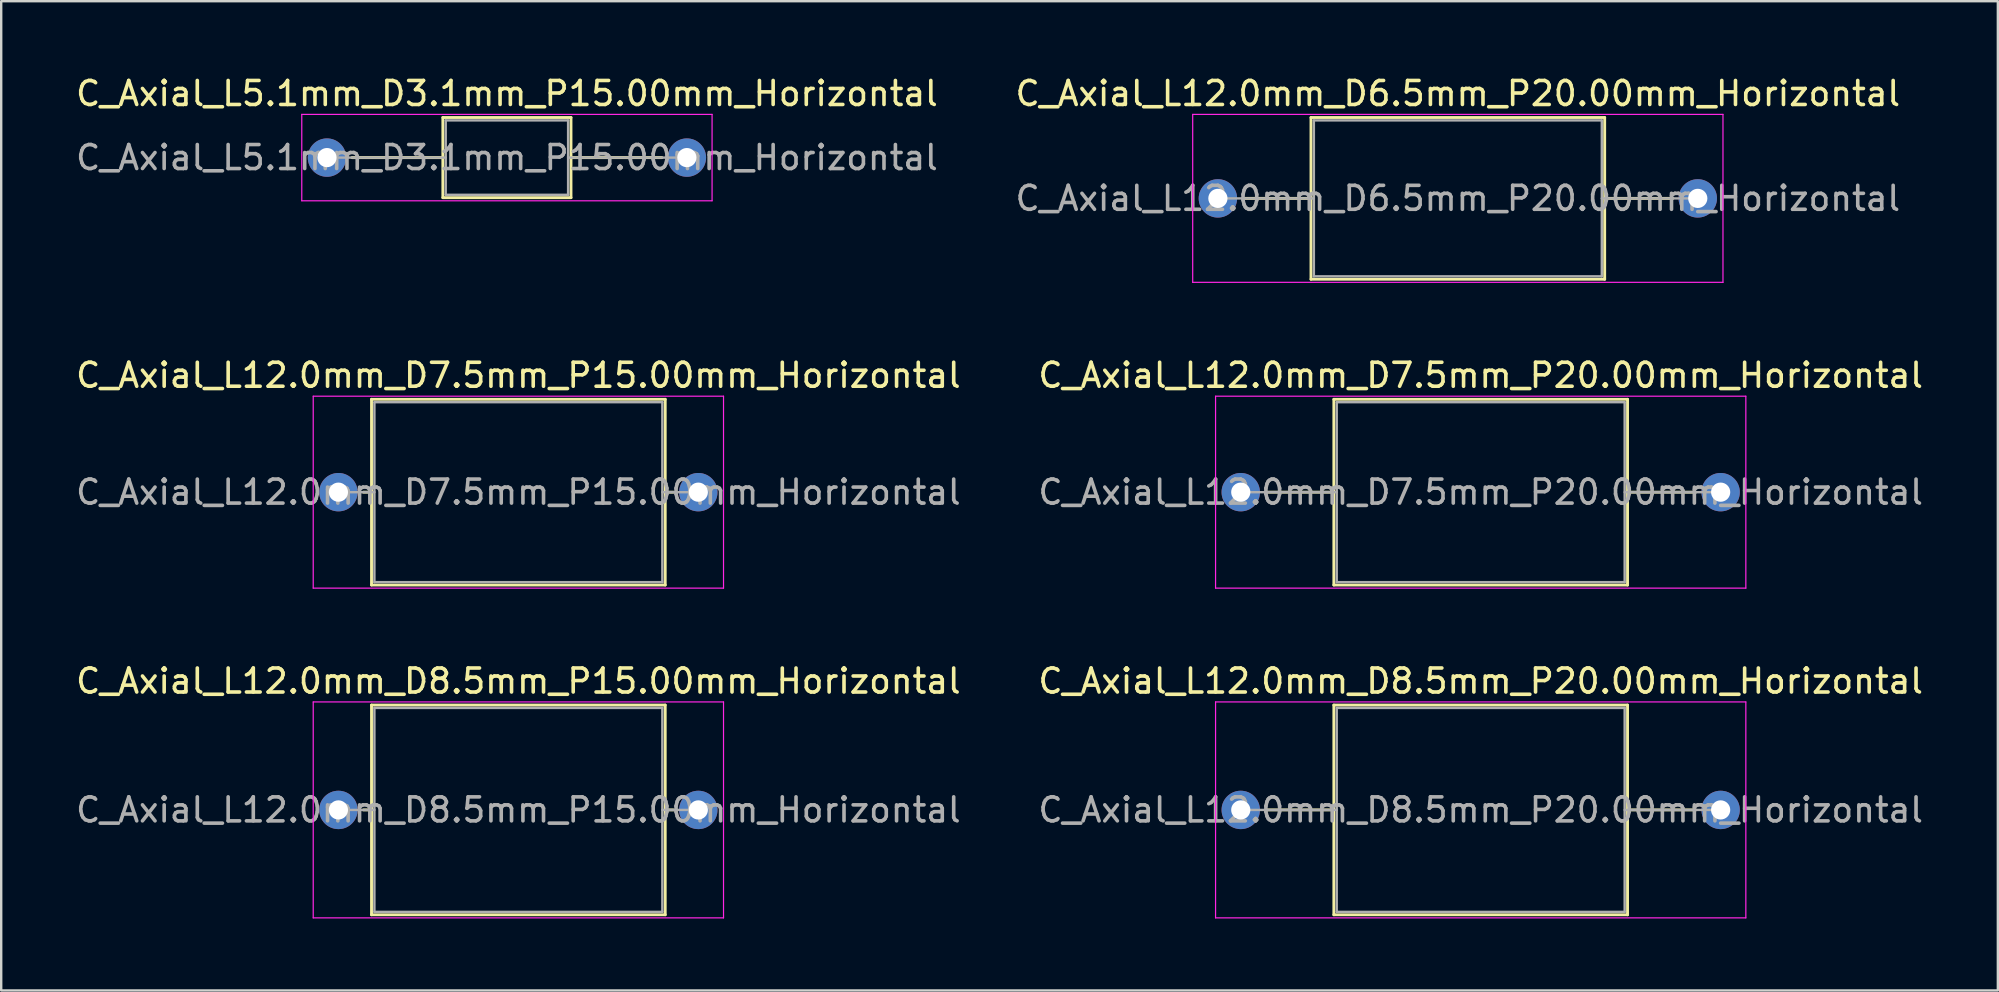
<source format=kicad_pcb>
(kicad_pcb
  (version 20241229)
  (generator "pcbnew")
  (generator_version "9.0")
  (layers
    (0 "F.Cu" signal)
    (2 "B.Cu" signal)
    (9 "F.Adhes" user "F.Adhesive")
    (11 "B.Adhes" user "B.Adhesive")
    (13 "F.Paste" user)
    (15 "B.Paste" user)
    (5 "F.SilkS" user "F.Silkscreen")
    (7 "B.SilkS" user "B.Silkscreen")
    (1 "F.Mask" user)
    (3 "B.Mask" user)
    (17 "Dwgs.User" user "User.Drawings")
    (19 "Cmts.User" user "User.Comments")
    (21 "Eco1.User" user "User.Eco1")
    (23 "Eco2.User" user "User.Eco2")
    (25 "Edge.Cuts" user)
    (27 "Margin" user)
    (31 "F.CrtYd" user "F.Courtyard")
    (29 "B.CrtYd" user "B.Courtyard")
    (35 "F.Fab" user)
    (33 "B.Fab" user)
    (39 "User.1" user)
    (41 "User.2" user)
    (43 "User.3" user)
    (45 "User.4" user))
  (footprint "C_Axial_L5.1mm_D3.1mm_P15.00mm_Horizontal"
    (layer "F.Cu")
    (at 10.577 3.518)
    (property "Reference" "C_Axial_L5.1mm_D3.1mm_P15.00mm_Horizontal" (at 7.5 -2.67 0) (layer "F.SilkS") (effects (font (size 1 1) (thickness 0.15))))
    (attr through_hole)
    (fp_line (start 1.04 0) (end 4.83 0) (stroke (width 0.12) (type solid)) (layer "F.SilkS"))
    (fp_line (start 4.83 -1.67) (end 4.83 1.67) (stroke (width 0.12) (type solid)) (layer "F.SilkS"))
    (fp_line (start 4.83 1.67) (end 10.17 1.67) (stroke (width 0.12) (type solid)) (layer "F.SilkS"))
    (fp_line (start 10.17 -1.67) (end 4.83 -1.67) (stroke (width 0.12) (type solid)) (layer "F.SilkS"))
    (fp_line (start 10.17 1.67) (end 10.17 -1.67) (stroke (width 0.12) (type solid)) (layer "F.SilkS"))
    (fp_line (start 13.96 0) (end 10.17 0) (stroke (width 0.12) (type solid)) (layer "F.SilkS"))
    (fp_line (start -1.05 -1.8) (end -1.05 1.8) (stroke (width 0.05) (type solid)) (layer "F.CrtYd"))
    (fp_line (start -1.05 1.8) (end 16.05 1.8) (stroke (width 0.05) (type solid)) (layer "F.CrtYd"))
    (fp_line (start 16.05 -1.8) (end -1.05 -1.8) (stroke (width 0.05) (type solid)) (layer "F.CrtYd"))
    (fp_line (start 16.05 1.8) (end 16.05 -1.8) (stroke (width 0.05) (type solid)) (layer "F.CrtYd"))
    (fp_line (start 0 0) (end 4.95 0) (stroke (width 0.1) (type solid)) (layer "F.Fab"))
    (fp_line (start 4.95 -1.55) (end 4.95 1.55) (stroke (width 0.1) (type solid)) (layer "F.Fab"))
    (fp_line (start 4.95 1.55) (end 10.05 1.55) (stroke (width 0.1) (type solid)) (layer "F.Fab"))
    (fp_line (start 10.05 -1.55) (end 4.95 -1.55) (stroke (width 0.1) (type solid)) (layer "F.Fab"))
    (fp_line (start 10.05 1.55) (end 10.05 -1.55) (stroke (width 0.1) (type solid)) (layer "F.Fab"))
    (fp_line (start 15 0) (end 10.05 0) (stroke (width 0.1) (type solid)) (layer "F.Fab"))
    (fp_text user "${REFERENCE}" (at 7.5 0 0) (layer "F.Fab") (effects (font (size 1 1) (thickness 0.15))))
    (pad "1" thru_hole circle (at 0 0) (size 1.6 1.6) (drill 0.8) (layers "*.Cu" "*.Mask"))
    (pad "2" thru_hole oval (at 15 0) (size 1.6 1.6) (drill 0.8) (layers "*.Cu" "*.Mask")))
  (footprint "C_Axial_L12.0mm_D7.5mm_P15.00mm_Horizontal"
    (layer "F.Cu")
    (at 11.054 17.462)
    (property "Reference" "C_Axial_L12.0mm_D7.5mm_P15.00mm_Horizontal" (at 7.5 -4.87 0) (layer "F.SilkS") (effects (font (size 1 1) (thickness 0.15))))
    (attr through_hole)
    (fp_line (start 1.04 0) (end 1.38 0) (stroke (width 0.12) (type solid)) (layer "F.SilkS"))
    (fp_line (start 1.38 -3.87) (end 1.38 3.87) (stroke (width 0.12) (type solid)) (layer "F.SilkS"))
    (fp_line (start 1.38 3.87) (end 13.62 3.87) (stroke (width 0.12) (type solid)) (layer "F.SilkS"))
    (fp_line (start 13.62 -3.87) (end 1.38 -3.87) (stroke (width 0.12) (type solid)) (layer "F.SilkS"))
    (fp_line (start 13.62 3.87) (end 13.62 -3.87) (stroke (width 0.12) (type solid)) (layer "F.SilkS"))
    (fp_line (start 13.96 0) (end 13.62 0) (stroke (width 0.12) (type solid)) (layer "F.SilkS"))
    (fp_line (start -1.05 -4) (end -1.05 4) (stroke (width 0.05) (type solid)) (layer "F.CrtYd"))
    (fp_line (start -1.05 4) (end 16.05 4) (stroke (width 0.05) (type solid)) (layer "F.CrtYd"))
    (fp_line (start 16.05 -4) (end -1.05 -4) (stroke (width 0.05) (type solid)) (layer "F.CrtYd"))
    (fp_line (start 16.05 4) (end 16.05 -4) (stroke (width 0.05) (type solid)) (layer "F.CrtYd"))
    (fp_line (start 0 0) (end 1.5 0) (stroke (width 0.1) (type solid)) (layer "F.Fab"))
    (fp_line (start 1.5 -3.75) (end 1.5 3.75) (stroke (width 0.1) (type solid)) (layer "F.Fab"))
    (fp_line (start 1.5 3.75) (end 13.5 3.75) (stroke (width 0.1) (type solid)) (layer "F.Fab"))
    (fp_line (start 13.5 -3.75) (end 1.5 -3.75) (stroke (width 0.1) (type solid)) (layer "F.Fab"))
    (fp_line (start 13.5 3.75) (end 13.5 -3.75) (stroke (width 0.1) (type solid)) (layer "F.Fab"))
    (fp_line (start 15 0) (end 13.5 0) (stroke (width 0.1) (type solid)) (layer "F.Fab"))
    (fp_text user "${REFERENCE}" (at 7.5 0 0) (layer "F.Fab") (effects (font (size 1 1) (thickness 0.15))))
    (pad "1" thru_hole circle (at 0 0) (size 1.6 1.6) (drill 0.8) (layers "*.Cu" "*.Mask"))
    (pad "2" thru_hole oval (at 15 0) (size 1.6 1.6) (drill 0.8) (layers "*.Cu" "*.Mask")))
  (footprint "C_Axial_L12.0mm_D7.5mm_P20.00mm_Horizontal"
    (layer "F.Cu")
    (at 48.661 17.462)
    (property "Reference" "C_Axial_L12.0mm_D7.5mm_P20.00mm_Horizontal" (at 10 -4.87 0) (layer "F.SilkS") (effects (font (size 1 1) (thickness 0.15))))
    (attr through_hole)
    (fp_line (start 1.04 0) (end 3.88 0) (stroke (width 0.12) (type solid)) (layer "F.SilkS"))
    (fp_line (start 3.88 -3.87) (end 3.88 3.87) (stroke (width 0.12) (type solid)) (layer "F.SilkS"))
    (fp_line (start 3.88 3.87) (end 16.12 3.87) (stroke (width 0.12) (type solid)) (layer "F.SilkS"))
    (fp_line (start 16.12 -3.87) (end 3.88 -3.87) (stroke (width 0.12) (type solid)) (layer "F.SilkS"))
    (fp_line (start 16.12 3.87) (end 16.12 -3.87) (stroke (width 0.12) (type solid)) (layer "F.SilkS"))
    (fp_line (start 18.96 0) (end 16.12 0) (stroke (width 0.12) (type solid)) (layer "F.SilkS"))
    (fp_line (start -1.05 -4) (end -1.05 4) (stroke (width 0.05) (type solid)) (layer "F.CrtYd"))
    (fp_line (start -1.05 4) (end 21.05 4) (stroke (width 0.05) (type solid)) (layer "F.CrtYd"))
    (fp_line (start 21.05 -4) (end -1.05 -4) (stroke (width 0.05) (type solid)) (layer "F.CrtYd"))
    (fp_line (start 21.05 4) (end 21.05 -4) (stroke (width 0.05) (type solid)) (layer "F.CrtYd"))
    (fp_line (start 0 0) (end 4 0) (stroke (width 0.1) (type solid)) (layer "F.Fab"))
    (fp_line (start 4 -3.75) (end 4 3.75) (stroke (width 0.1) (type solid)) (layer "F.Fab"))
    (fp_line (start 4 3.75) (end 16 3.75) (stroke (width 0.1) (type solid)) (layer "F.Fab"))
    (fp_line (start 16 -3.75) (end 4 -3.75) (stroke (width 0.1) (type solid)) (layer "F.Fab"))
    (fp_line (start 16 3.75) (end 16 -3.75) (stroke (width 0.1) (type solid)) (layer "F.Fab"))
    (fp_line (start 20 0) (end 16 0) (stroke (width 0.1) (type solid)) (layer "F.Fab"))
    (fp_text user "${REFERENCE}" (at 10 0 0) (layer "F.Fab") (effects (font (size 1 1) (thickness 0.15))))
    (pad "1" thru_hole circle (at 0 0) (size 1.6 1.6) (drill 0.8) (layers "*.Cu" "*.Mask"))
    (pad "2" thru_hole oval (at 20 0) (size 1.6 1.6) (drill 0.8) (layers "*.Cu" "*.Mask")))
  (footprint "C_Axial_L12.0mm_D8.5mm_P20.00mm_Horizontal"
    (layer "F.Cu")
    (at 48.661 30.705)
    (property "Reference" "C_Axial_L12.0mm_D8.5mm_P20.00mm_Horizontal" (at 10 -5.37 0) (layer "F.SilkS") (effects (font (size 1 1) (thickness 0.15))))
    (attr through_hole)
    (fp_line (start 1.04 0) (end 3.88 0) (stroke (width 0.12) (type solid)) (layer "F.SilkS"))
    (fp_line (start 3.88 -4.37) (end 3.88 4.37) (stroke (width 0.12) (type solid)) (layer "F.SilkS"))
    (fp_line (start 3.88 4.37) (end 16.12 4.37) (stroke (width 0.12) (type solid)) (layer "F.SilkS"))
    (fp_line (start 16.12 -4.37) (end 3.88 -4.37) (stroke (width 0.12) (type solid)) (layer "F.SilkS"))
    (fp_line (start 16.12 4.37) (end 16.12 -4.37) (stroke (width 0.12) (type solid)) (layer "F.SilkS"))
    (fp_line (start 18.96 0) (end 16.12 0) (stroke (width 0.12) (type solid)) (layer "F.SilkS"))
    (fp_line (start -1.05 -4.5) (end -1.05 4.5) (stroke (width 0.05) (type solid)) (layer "F.CrtYd"))
    (fp_line (start -1.05 4.5) (end 21.05 4.5) (stroke (width 0.05) (type solid)) (layer "F.CrtYd"))
    (fp_line (start 21.05 -4.5) (end -1.05 -4.5) (stroke (width 0.05) (type solid)) (layer "F.CrtYd"))
    (fp_line (start 21.05 4.5) (end 21.05 -4.5) (stroke (width 0.05) (type solid)) (layer "F.CrtYd"))
    (fp_line (start 0 0) (end 4 0) (stroke (width 0.1) (type solid)) (layer "F.Fab"))
    (fp_line (start 4 -4.25) (end 4 4.25) (stroke (width 0.1) (type solid)) (layer "F.Fab"))
    (fp_line (start 4 4.25) (end 16 4.25) (stroke (width 0.1) (type solid)) (layer "F.Fab"))
    (fp_line (start 16 -4.25) (end 4 -4.25) (stroke (width 0.1) (type solid)) (layer "F.Fab"))
    (fp_line (start 16 4.25) (end 16 -4.25) (stroke (width 0.1) (type solid)) (layer "F.Fab"))
    (fp_line (start 20 0) (end 16 0) (stroke (width 0.1) (type solid)) (layer "F.Fab"))
    (fp_text user "${REFERENCE}" (at 10 0 0) (layer "F.Fab") (effects (font (size 1 1) (thickness 0.15))))
    (pad "1" thru_hole circle (at 0 0) (size 1.6 1.6) (drill 0.8) (layers "*.Cu" "*.Mask"))
    (pad "2" thru_hole oval (at 20 0) (size 1.6 1.6) (drill 0.8) (layers "*.Cu" "*.Mask")))
  (footprint "C_Axial_L12.0mm_D6.5mm_P20.00mm_Horizontal"
    (layer "F.Cu")
    (at 47.708 5.218)
    (property "Reference" "C_Axial_L12.0mm_D6.5mm_P20.00mm_Horizontal" (at 10 -4.37 0) (layer "F.SilkS") (effects (font (size 1 1) (thickness 0.15))))
    (attr through_hole)
    (fp_line (start 1.04 0) (end 3.88 0) (stroke (width 0.12) (type solid)) (layer "F.SilkS"))
    (fp_line (start 3.88 -3.37) (end 3.88 3.37) (stroke (width 0.12) (type solid)) (layer "F.SilkS"))
    (fp_line (start 3.88 3.37) (end 16.12 3.37) (stroke (width 0.12) (type solid)) (layer "F.SilkS"))
    (fp_line (start 16.12 -3.37) (end 3.88 -3.37) (stroke (width 0.12) (type solid)) (layer "F.SilkS"))
    (fp_line (start 16.12 3.37) (end 16.12 -3.37) (stroke (width 0.12) (type solid)) (layer "F.SilkS"))
    (fp_line (start 18.96 0) (end 16.12 0) (stroke (width 0.12) (type solid)) (layer "F.SilkS"))
    (fp_line (start -1.05 -3.5) (end -1.05 3.5) (stroke (width 0.05) (type solid)) (layer "F.CrtYd"))
    (fp_line (start -1.05 3.5) (end 21.05 3.5) (stroke (width 0.05) (type solid)) (layer "F.CrtYd"))
    (fp_line (start 21.05 -3.5) (end -1.05 -3.5) (stroke (width 0.05) (type solid)) (layer "F.CrtYd"))
    (fp_line (start 21.05 3.5) (end 21.05 -3.5) (stroke (width 0.05) (type solid)) (layer "F.CrtYd"))
    (fp_line (start 0 0) (end 4 0) (stroke (width 0.1) (type solid)) (layer "F.Fab"))
    (fp_line (start 4 -3.25) (end 4 3.25) (stroke (width 0.1) (type solid)) (layer "F.Fab"))
    (fp_line (start 4 3.25) (end 16 3.25) (stroke (width 0.1) (type solid)) (layer "F.Fab"))
    (fp_line (start 16 -3.25) (end 4 -3.25) (stroke (width 0.1) (type solid)) (layer "F.Fab"))
    (fp_line (start 16 3.25) (end 16 -3.25) (stroke (width 0.1) (type solid)) (layer "F.Fab"))
    (fp_line (start 20 0) (end 16 0) (stroke (width 0.1) (type solid)) (layer "F.Fab"))
    (fp_text user "${REFERENCE}" (at 10 0 0) (layer "F.Fab") (effects (font (size 1 1) (thickness 0.15))))
    (pad "1" thru_hole circle (at 0 0) (size 1.6 1.6) (drill 0.8) (layers "*.Cu" "*.Mask"))
    (pad "2" thru_hole oval (at 20 0) (size 1.6 1.6) (drill 0.8) (layers "*.Cu" "*.Mask")))
  (footprint "C_Axial_L12.0mm_D8.5mm_P15.00mm_Horizontal"
    (layer "F.Cu")
    (at 11.054 30.705)
    (property "Reference" "C_Axial_L12.0mm_D8.5mm_P15.00mm_Horizontal" (at 7.5 -5.37 0) (layer "F.SilkS") (effects (font (size 1 1) (thickness 0.15))))
    (attr through_hole)
    (fp_line (start 1.04 0) (end 1.38 0) (stroke (width 0.12) (type solid)) (layer "F.SilkS"))
    (fp_line (start 1.38 -4.37) (end 1.38 4.37) (stroke (width 0.12) (type solid)) (layer "F.SilkS"))
    (fp_line (start 1.38 4.37) (end 13.62 4.37) (stroke (width 0.12) (type solid)) (layer "F.SilkS"))
    (fp_line (start 13.62 -4.37) (end 1.38 -4.37) (stroke (width 0.12) (type solid)) (layer "F.SilkS"))
    (fp_line (start 13.62 4.37) (end 13.62 -4.37) (stroke (width 0.12) (type solid)) (layer "F.SilkS"))
    (fp_line (start 13.96 0) (end 13.62 0) (stroke (width 0.12) (type solid)) (layer "F.SilkS"))
    (fp_line (start -1.05 -4.5) (end -1.05 4.5) (stroke (width 0.05) (type solid)) (layer "F.CrtYd"))
    (fp_line (start -1.05 4.5) (end 16.05 4.5) (stroke (width 0.05) (type solid)) (layer "F.CrtYd"))
    (fp_line (start 16.05 -4.5) (end -1.05 -4.5) (stroke (width 0.05) (type solid)) (layer "F.CrtYd"))
    (fp_line (start 16.05 4.5) (end 16.05 -4.5) (stroke (width 0.05) (type solid)) (layer "F.CrtYd"))
    (fp_line (start 0 0) (end 1.5 0) (stroke (width 0.1) (type solid)) (layer "F.Fab"))
    (fp_line (start 1.5 -4.25) (end 1.5 4.25) (stroke (width 0.1) (type solid)) (layer "F.Fab"))
    (fp_line (start 1.5 4.25) (end 13.5 4.25) (stroke (width 0.1) (type solid)) (layer "F.Fab"))
    (fp_line (start 13.5 -4.25) (end 1.5 -4.25) (stroke (width 0.1) (type solid)) (layer "F.Fab"))
    (fp_line (start 13.5 4.25) (end 13.5 -4.25) (stroke (width 0.1) (type solid)) (layer "F.Fab"))
    (fp_line (start 15 0) (end 13.5 0) (stroke (width 0.1) (type solid)) (layer "F.Fab"))
    (fp_text user "${REFERENCE}" (at 7.5 0 0) (layer "F.Fab") (effects (font (size 1 1) (thickness 0.15))))
    (pad "1" thru_hole circle (at 0 0) (size 1.6 1.6) (drill 0.8) (layers "*.Cu" "*.Mask"))
    (pad "2" thru_hole oval (at 15 0) (size 1.6 1.6) (drill 0.8) (layers "*.Cu" "*.Mask")))
  (gr_rect
    (start -3 -3)
    (end 80.214 38.23)
    (stroke (width 0.1) (type default))
    (fill no)
    (layer "Edge.Cuts")))
</source>
